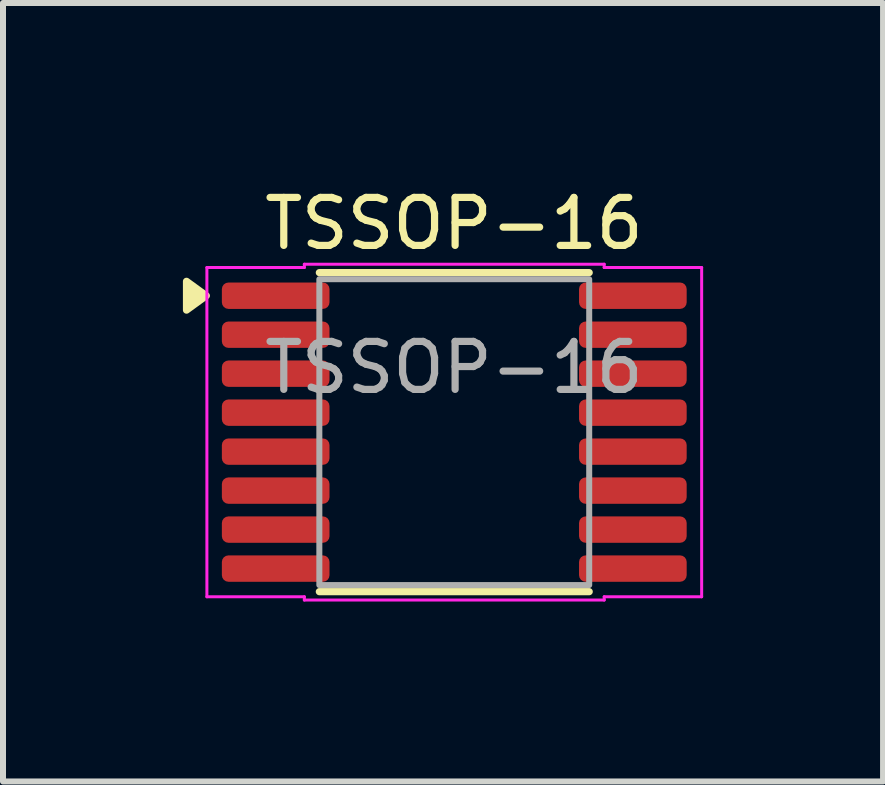
<source format=kicad_pcb>
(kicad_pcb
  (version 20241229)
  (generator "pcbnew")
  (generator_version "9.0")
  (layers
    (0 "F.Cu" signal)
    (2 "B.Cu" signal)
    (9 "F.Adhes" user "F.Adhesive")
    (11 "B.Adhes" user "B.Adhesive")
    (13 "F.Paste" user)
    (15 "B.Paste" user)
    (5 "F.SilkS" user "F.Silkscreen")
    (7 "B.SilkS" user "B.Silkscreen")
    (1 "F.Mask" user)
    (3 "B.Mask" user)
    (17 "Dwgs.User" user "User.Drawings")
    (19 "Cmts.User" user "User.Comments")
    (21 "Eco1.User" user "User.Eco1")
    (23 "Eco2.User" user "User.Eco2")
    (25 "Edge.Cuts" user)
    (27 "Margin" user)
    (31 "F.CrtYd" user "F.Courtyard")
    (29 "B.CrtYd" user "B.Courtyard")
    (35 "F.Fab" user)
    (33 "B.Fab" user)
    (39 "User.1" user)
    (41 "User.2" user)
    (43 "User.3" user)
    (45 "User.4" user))
  (footprint "TSSOP-16"
    (layer "F.Cu")
    (at 4.525 4.156)
    (property "Reference" "TSSOP-16" (at -0.005 -3.478 0) (unlocked yes) (layer "F.SilkS") (effects (font (size 0.8 0.8) (thickness 0.12))))
    (attr smd)
    (fp_line (start -2.25 -2.66) (end 2.25 -2.66) (stroke (width 0.12) (type default)) (layer "F.SilkS"))
    (fp_line (start -2.25 2.66) (end 2.25 2.66) (stroke (width 0.12) (type default)) (layer "F.SilkS"))
    (fp_poly (pts (xy -4.135 -2.275) (xy -4.465 -2.515) (xy -4.465 -2.035)) (stroke (width 0.12) (type solid)) (fill yes) (layer "F.SilkS"))
    (fp_line (start -4.125 -2.745) (end -4.125 2.745) (stroke (width 0.05) (type default)) (layer "F.CrtYd"))
    (fp_line (start -4.125 -2.745) (end -2.5 -2.745) (stroke (width 0.05) (type default)) (layer "F.CrtYd"))
    (fp_line (start -2.5 -2.745) (end -2.5 -2.8) (stroke (width 0.05) (type default)) (layer "F.CrtYd"))
    (fp_line (start -2.5 2.745) (end -4.125 2.745) (stroke (width 0.05) (type default)) (layer "F.CrtYd"))
    (fp_line (start -2.5 2.8) (end -2.5 2.745) (stroke (width 0.05) (type default)) (layer "F.CrtYd"))
    (fp_line (start -2.5 2.8) (end 2.5 2.8) (stroke (width 0.05) (type default)) (layer "F.CrtYd"))
    (fp_line (start 2.5 -2.8) (end -2.5 -2.8) (stroke (width 0.05) (type default)) (layer "F.CrtYd"))
    (fp_line (start 2.5 -2.8) (end 2.5 -2.745) (stroke (width 0.05) (type default)) (layer "F.CrtYd"))
    (fp_line (start 2.5 -2.745) (end 4.125 -2.745) (stroke (width 0.05) (type default)) (layer "F.CrtYd"))
    (fp_line (start 2.5 2.745) (end 2.5 2.8) (stroke (width 0.05) (type default)) (layer "F.CrtYd"))
    (fp_line (start 4.125 -2.745) (end 4.125 2.745) (stroke (width 0.05) (type default)) (layer "F.CrtYd"))
    (fp_line (start 4.125 2.745) (end 2.5 2.745) (stroke (width 0.05) (type default)) (layer "F.CrtYd"))
    (fp_rect (start -2.25 -2.55) (end 2.25 2.55) (stroke (width 0.1) (type default)) (fill no) (layer "F.Fab"))
    (fp_text user "${REFERENCE}" (at -0.005 -1.077 0) (unlocked yes) (layer "F.Fab") (effects (font (size 0.8 0.8) (thickness 0.12))))
    (pad "1" smd roundrect (at -2.978 -2.275) (size 1.795 0.44) (layers "F.Cu" "F.Mask" "F.Paste") (roundrect_rratio 0.25))
    (pad "2" smd roundrect (at -2.978 -1.625) (size 1.795 0.44) (layers "F.Cu" "F.Mask" "F.Paste") (roundrect_rratio 0.25))
    (pad "3" smd roundrect (at -2.978 -0.975) (size 1.795 0.44) (layers "F.Cu" "F.Mask" "F.Paste") (roundrect_rratio 0.25))
    (pad "4" smd roundrect (at -2.978 -0.325) (size 1.795 0.44) (layers "F.Cu" "F.Mask" "F.Paste") (roundrect_rratio 0.25))
    (pad "5" smd roundrect (at -2.978 0.325) (size 1.795 0.44) (layers "F.Cu" "F.Mask" "F.Paste") (roundrect_rratio 0.25))
    (pad "6" smd roundrect (at -2.978 0.975) (size 1.795 0.44) (layers "F.Cu" "F.Mask" "F.Paste") (roundrect_rratio 0.25))
    (pad "7" smd roundrect (at -2.978 1.625) (size 1.795 0.44) (layers "F.Cu" "F.Mask" "F.Paste") (roundrect_rratio 0.25))
    (pad "8" smd roundrect (at -2.978 2.275) (size 1.795 0.44) (layers "F.Cu" "F.Mask" "F.Paste") (roundrect_rratio 0.25))
    (pad "9" smd roundrect (at 2.978 2.275) (size 1.795 0.44) (layers "F.Cu" "F.Mask" "F.Paste") (roundrect_rratio 0.25))
    (pad "10" smd roundrect (at 2.978 1.625) (size 1.795 0.44) (layers "F.Cu" "F.Mask" "F.Paste") (roundrect_rratio 0.25))
    (pad "11" smd roundrect (at 2.978 0.975) (size 1.795 0.44) (layers "F.Cu" "F.Mask" "F.Paste") (roundrect_rratio 0.25))
    (pad "12" smd roundrect (at 2.978 0.325) (size 1.795 0.44) (layers "F.Cu" "F.Mask" "F.Paste") (roundrect_rratio 0.25))
    (pad "13" smd roundrect (at 2.978 -0.325) (size 1.795 0.44) (layers "F.Cu" "F.Mask" "F.Paste") (roundrect_rratio 0.25))
    (pad "14" smd roundrect (at 2.978 -0.975) (size 1.795 0.44) (layers "F.Cu" "F.Mask" "F.Paste") (roundrect_rratio 0.25))
    (pad "15" smd roundrect (at 2.978 -1.625) (size 1.795 0.44) (layers "F.Cu" "F.Mask" "F.Paste") (roundrect_rratio 0.25))
    (pad "16" smd roundrect (at 2.978 -2.275) (size 1.795 0.44) (layers "F.Cu" "F.Mask" "F.Paste") (roundrect_rratio 0.25)))
  (gr_rect
    (start -3 -3)
    (end 11.675 9.981)
    (stroke (width 0.1) (type default))
    (fill no)
    (layer "Edge.Cuts")))
</source>
